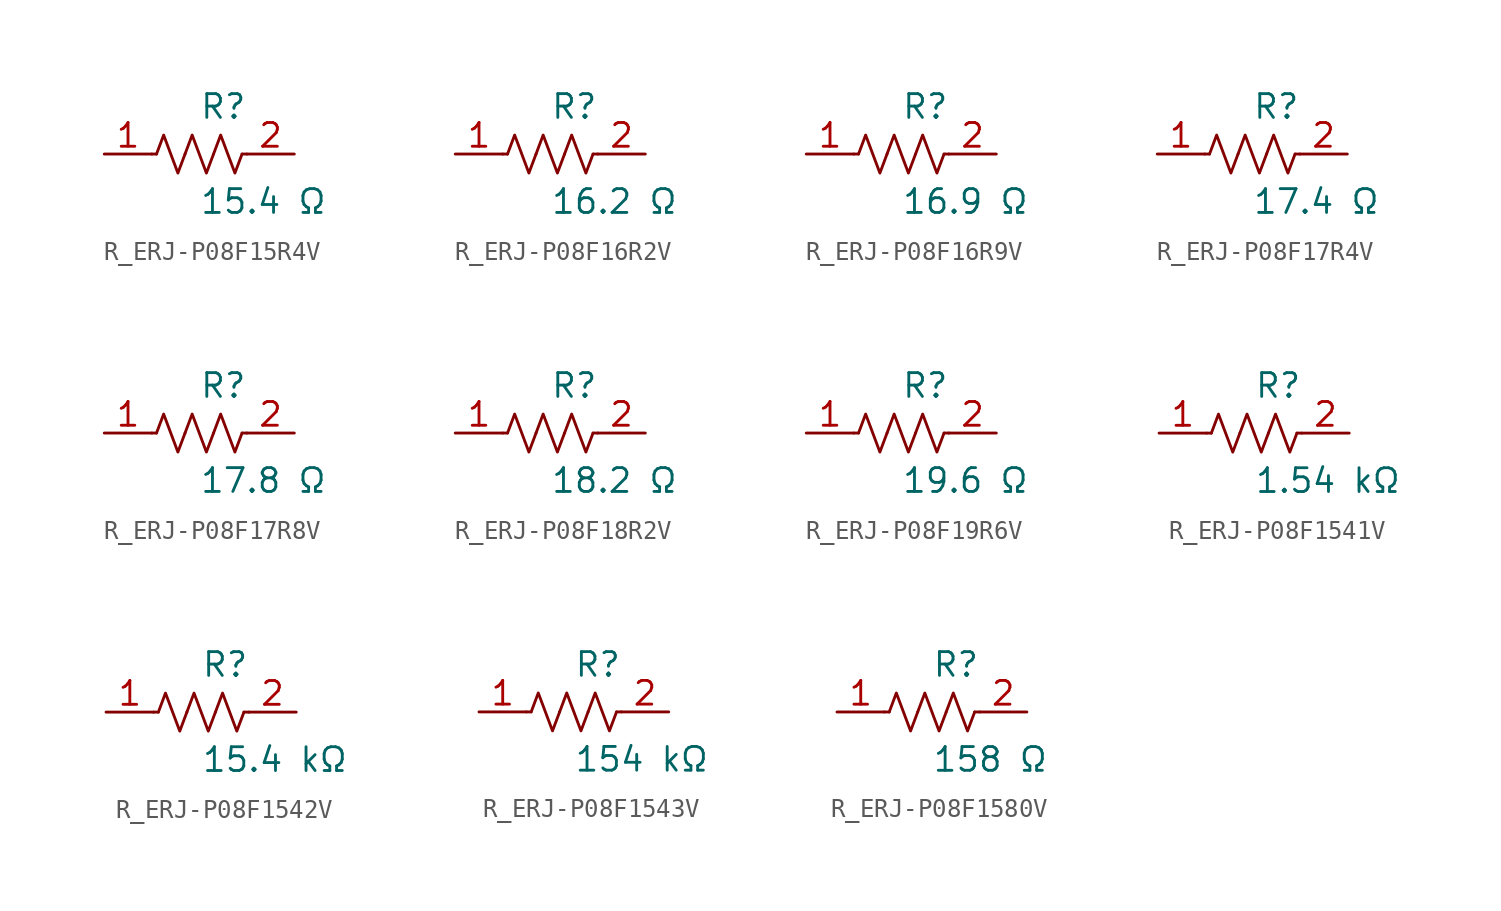
<source format=kicad_sym>
(kicad_symbol_lib
  (version 20231120)
  (generator kicad_symbol_editor)
  (generator_version 8.0)
  (symbol "R_ERJ-P08F15R4V"
    (pin_names
      (offset 0.254))
    (property "Reference" "R"
      (at 0.0 2.54 0)
      (effects (font (size 1.27 1.27)) (justify left)))
    (property "Value" "15.4 Ω"
      (at 0.0 -2.54 0)
      (effects (font (size 1.27 1.27)) (justify left)))
    (symbol "R_ERJ-P08F15R4V_0_1"
      (polyline (pts (xy 2.286 0) (xy 2.54 0)) (stroke (width 0) (type default)) (fill (type none)))
      (polyline (pts (xy -2.286 0) (xy -2.54 0)) (stroke (width 0) (type default)) (fill (type none)))
      (polyline (pts (xy 0.762 0) (xy 1.143 1.016) (xy 1.524 0) (xy 1.905 -1.016) (xy 2.286 0)) (stroke (width 0) (type default)) (fill (type none)))
      (polyline (pts (xy -0.762 0) (xy -0.381 1.016) (xy 0 0) (xy 0.381 -1.016) (xy 0.762 0)) (stroke (width 0) (type default)) (fill (type none)))
      (polyline (pts (xy -2.286 0) (xy -1.905 1.016) (xy -1.524 0) (xy -1.143 -1.016) (xy -0.762 0)) (stroke (width 0) (type default)) (fill (type none))))
    (pin unspecified line
      (at -5.08 0 0)
      (length 2.54)
      (name "" (effects (font (size 1.27 1.27))))
      (number "1" (effects (font (size 1.27 1.27)))))
    (pin unspecified line
      (at 5.08 0 180)
      (length 2.54)
      (name "" (effects (font (size 1.27 1.27))))
      (number "2" (effects (font (size 1.27 1.27))))))
  (symbol "R_ERJ-P08F16R2V"
    (pin_names
      (offset 0.254))
    (property "Reference" "R"
      (at 0.0 2.54 0)
      (effects (font (size 1.27 1.27)) (justify left)))
    (property "Value" "16.2 Ω"
      (at 0.0 -2.54 0)
      (effects (font (size 1.27 1.27)) (justify left)))
    (symbol "R_ERJ-P08F16R2V_0_1"
      (polyline (pts (xy 2.286 0) (xy 2.54 0)) (stroke (width 0) (type default)) (fill (type none)))
      (polyline (pts (xy -2.286 0) (xy -2.54 0)) (stroke (width 0) (type default)) (fill (type none)))
      (polyline (pts (xy 0.762 0) (xy 1.143 1.016) (xy 1.524 0) (xy 1.905 -1.016) (xy 2.286 0)) (stroke (width 0) (type default)) (fill (type none)))
      (polyline (pts (xy -0.762 0) (xy -0.381 1.016) (xy 0 0) (xy 0.381 -1.016) (xy 0.762 0)) (stroke (width 0) (type default)) (fill (type none)))
      (polyline (pts (xy -2.286 0) (xy -1.905 1.016) (xy -1.524 0) (xy -1.143 -1.016) (xy -0.762 0)) (stroke (width 0) (type default)) (fill (type none))))
    (pin unspecified line
      (at -5.08 0 0)
      (length 2.54)
      (name "" (effects (font (size 1.27 1.27))))
      (number "1" (effects (font (size 1.27 1.27)))))
    (pin unspecified line
      (at 5.08 0 180)
      (length 2.54)
      (name "" (effects (font (size 1.27 1.27))))
      (number "2" (effects (font (size 1.27 1.27))))))
  (symbol "R_ERJ-P08F16R9V"
    (pin_names
      (offset 0.254))
    (property "Reference" "R"
      (at 0.0 2.54 0)
      (effects (font (size 1.27 1.27)) (justify left)))
    (property "Value" "16.9 Ω"
      (at 0.0 -2.54 0)
      (effects (font (size 1.27 1.27)) (justify left)))
    (symbol "R_ERJ-P08F16R9V_0_1"
      (polyline (pts (xy 2.286 0) (xy 2.54 0)) (stroke (width 0) (type default)) (fill (type none)))
      (polyline (pts (xy -2.286 0) (xy -2.54 0)) (stroke (width 0) (type default)) (fill (type none)))
      (polyline (pts (xy 0.762 0) (xy 1.143 1.016) (xy 1.524 0) (xy 1.905 -1.016) (xy 2.286 0)) (stroke (width 0) (type default)) (fill (type none)))
      (polyline (pts (xy -0.762 0) (xy -0.381 1.016) (xy 0 0) (xy 0.381 -1.016) (xy 0.762 0)) (stroke (width 0) (type default)) (fill (type none)))
      (polyline (pts (xy -2.286 0) (xy -1.905 1.016) (xy -1.524 0) (xy -1.143 -1.016) (xy -0.762 0)) (stroke (width 0) (type default)) (fill (type none))))
    (pin unspecified line
      (at -5.08 0 0)
      (length 2.54)
      (name "" (effects (font (size 1.27 1.27))))
      (number "1" (effects (font (size 1.27 1.27)))))
    (pin unspecified line
      (at 5.08 0 180)
      (length 2.54)
      (name "" (effects (font (size 1.27 1.27))))
      (number "2" (effects (font (size 1.27 1.27))))))
  (symbol "R_ERJ-P08F17R4V"
    (pin_names
      (offset 0.254))
    (property "Reference" "R"
      (at 0.0 2.54 0)
      (effects (font (size 1.27 1.27)) (justify left)))
    (property "Value" "17.4 Ω"
      (at 0.0 -2.54 0)
      (effects (font (size 1.27 1.27)) (justify left)))
    (symbol "R_ERJ-P08F17R4V_0_1"
      (polyline (pts (xy 2.286 0) (xy 2.54 0)) (stroke (width 0) (type default)) (fill (type none)))
      (polyline (pts (xy -2.286 0) (xy -2.54 0)) (stroke (width 0) (type default)) (fill (type none)))
      (polyline (pts (xy 0.762 0) (xy 1.143 1.016) (xy 1.524 0) (xy 1.905 -1.016) (xy 2.286 0)) (stroke (width 0) (type default)) (fill (type none)))
      (polyline (pts (xy -0.762 0) (xy -0.381 1.016) (xy 0 0) (xy 0.381 -1.016) (xy 0.762 0)) (stroke (width 0) (type default)) (fill (type none)))
      (polyline (pts (xy -2.286 0) (xy -1.905 1.016) (xy -1.524 0) (xy -1.143 -1.016) (xy -0.762 0)) (stroke (width 0) (type default)) (fill (type none))))
    (pin unspecified line
      (at -5.08 0 0)
      (length 2.54)
      (name "" (effects (font (size 1.27 1.27))))
      (number "1" (effects (font (size 1.27 1.27)))))
    (pin unspecified line
      (at 5.08 0 180)
      (length 2.54)
      (name "" (effects (font (size 1.27 1.27))))
      (number "2" (effects (font (size 1.27 1.27))))))
  (symbol "R_ERJ-P08F17R8V"
    (pin_names
      (offset 0.254))
    (property "Reference" "R"
      (at 0.0 2.54 0)
      (effects (font (size 1.27 1.27)) (justify left)))
    (property "Value" "17.8 Ω"
      (at 0.0 -2.54 0)
      (effects (font (size 1.27 1.27)) (justify left)))
    (symbol "R_ERJ-P08F17R8V_0_1"
      (polyline (pts (xy 2.286 0) (xy 2.54 0)) (stroke (width 0) (type default)) (fill (type none)))
      (polyline (pts (xy -2.286 0) (xy -2.54 0)) (stroke (width 0) (type default)) (fill (type none)))
      (polyline (pts (xy 0.762 0) (xy 1.143 1.016) (xy 1.524 0) (xy 1.905 -1.016) (xy 2.286 0)) (stroke (width 0) (type default)) (fill (type none)))
      (polyline (pts (xy -0.762 0) (xy -0.381 1.016) (xy 0 0) (xy 0.381 -1.016) (xy 0.762 0)) (stroke (width 0) (type default)) (fill (type none)))
      (polyline (pts (xy -2.286 0) (xy -1.905 1.016) (xy -1.524 0) (xy -1.143 -1.016) (xy -0.762 0)) (stroke (width 0) (type default)) (fill (type none))))
    (pin unspecified line
      (at -5.08 0 0)
      (length 2.54)
      (name "" (effects (font (size 1.27 1.27))))
      (number "1" (effects (font (size 1.27 1.27)))))
    (pin unspecified line
      (at 5.08 0 180)
      (length 2.54)
      (name "" (effects (font (size 1.27 1.27))))
      (number "2" (effects (font (size 1.27 1.27))))))
  (symbol "R_ERJ-P08F18R2V"
    (pin_names
      (offset 0.254))
    (property "Reference" "R"
      (at 0.0 2.54 0)
      (effects (font (size 1.27 1.27)) (justify left)))
    (property "Value" "18.2 Ω"
      (at 0.0 -2.54 0)
      (effects (font (size 1.27 1.27)) (justify left)))
    (symbol "R_ERJ-P08F18R2V_0_1"
      (polyline (pts (xy 2.286 0) (xy 2.54 0)) (stroke (width 0) (type default)) (fill (type none)))
      (polyline (pts (xy -2.286 0) (xy -2.54 0)) (stroke (width 0) (type default)) (fill (type none)))
      (polyline (pts (xy 0.762 0) (xy 1.143 1.016) (xy 1.524 0) (xy 1.905 -1.016) (xy 2.286 0)) (stroke (width 0) (type default)) (fill (type none)))
      (polyline (pts (xy -0.762 0) (xy -0.381 1.016) (xy 0 0) (xy 0.381 -1.016) (xy 0.762 0)) (stroke (width 0) (type default)) (fill (type none)))
      (polyline (pts (xy -2.286 0) (xy -1.905 1.016) (xy -1.524 0) (xy -1.143 -1.016) (xy -0.762 0)) (stroke (width 0) (type default)) (fill (type none))))
    (pin unspecified line
      (at -5.08 0 0)
      (length 2.54)
      (name "" (effects (font (size 1.27 1.27))))
      (number "1" (effects (font (size 1.27 1.27)))))
    (pin unspecified line
      (at 5.08 0 180)
      (length 2.54)
      (name "" (effects (font (size 1.27 1.27))))
      (number "2" (effects (font (size 1.27 1.27))))))
  (symbol "R_ERJ-P08F19R6V"
    (pin_names
      (offset 0.254))
    (property "Reference" "R"
      (at 0.0 2.54 0)
      (effects (font (size 1.27 1.27)) (justify left)))
    (property "Value" "19.6 Ω"
      (at 0.0 -2.54 0)
      (effects (font (size 1.27 1.27)) (justify left)))
    (symbol "R_ERJ-P08F19R6V_0_1"
      (polyline (pts (xy 2.286 0) (xy 2.54 0)) (stroke (width 0) (type default)) (fill (type none)))
      (polyline (pts (xy -2.286 0) (xy -2.54 0)) (stroke (width 0) (type default)) (fill (type none)))
      (polyline (pts (xy 0.762 0) (xy 1.143 1.016) (xy 1.524 0) (xy 1.905 -1.016) (xy 2.286 0)) (stroke (width 0) (type default)) (fill (type none)))
      (polyline (pts (xy -0.762 0) (xy -0.381 1.016) (xy 0 0) (xy 0.381 -1.016) (xy 0.762 0)) (stroke (width 0) (type default)) (fill (type none)))
      (polyline (pts (xy -2.286 0) (xy -1.905 1.016) (xy -1.524 0) (xy -1.143 -1.016) (xy -0.762 0)) (stroke (width 0) (type default)) (fill (type none))))
    (pin unspecified line
      (at -5.08 0 0)
      (length 2.54)
      (name "" (effects (font (size 1.27 1.27))))
      (number "1" (effects (font (size 1.27 1.27)))))
    (pin unspecified line
      (at 5.08 0 180)
      (length 2.54)
      (name "" (effects (font (size 1.27 1.27))))
      (number "2" (effects (font (size 1.27 1.27))))))
  (symbol "R_ERJ-P08F1541V"
    (pin_names
      (offset 0.254))
    (property "Reference" "R"
      (at 0.0 2.54 0)
      (effects (font (size 1.27 1.27)) (justify left)))
    (property "Value" "1.54 kΩ"
      (at 0.0 -2.54 0)
      (effects (font (size 1.27 1.27)) (justify left)))
    (symbol "R_ERJ-P08F1541V_0_1"
      (polyline (pts (xy 2.286 0) (xy 2.54 0)) (stroke (width 0) (type default)) (fill (type none)))
      (polyline (pts (xy -2.286 0) (xy -2.54 0)) (stroke (width 0) (type default)) (fill (type none)))
      (polyline (pts (xy 0.762 0) (xy 1.143 1.016) (xy 1.524 0) (xy 1.905 -1.016) (xy 2.286 0)) (stroke (width 0) (type default)) (fill (type none)))
      (polyline (pts (xy -0.762 0) (xy -0.381 1.016) (xy 0 0) (xy 0.381 -1.016) (xy 0.762 0)) (stroke (width 0) (type default)) (fill (type none)))
      (polyline (pts (xy -2.286 0) (xy -1.905 1.016) (xy -1.524 0) (xy -1.143 -1.016) (xy -0.762 0)) (stroke (width 0) (type default)) (fill (type none))))
    (pin unspecified line
      (at -5.08 0 0)
      (length 2.54)
      (name "" (effects (font (size 1.27 1.27))))
      (number "1" (effects (font (size 1.27 1.27)))))
    (pin unspecified line
      (at 5.08 0 180)
      (length 2.54)
      (name "" (effects (font (size 1.27 1.27))))
      (number "2" (effects (font (size 1.27 1.27))))))
  (symbol "R_ERJ-P08F1542V"
    (pin_names
      (offset 0.254))
    (property "Reference" "R"
      (at 0.0 2.54 0)
      (effects (font (size 1.27 1.27)) (justify left)))
    (property "Value" "15.4 kΩ"
      (at 0.0 -2.54 0)
      (effects (font (size 1.27 1.27)) (justify left)))
    (symbol "R_ERJ-P08F1542V_0_1"
      (polyline (pts (xy 2.286 0) (xy 2.54 0)) (stroke (width 0) (type default)) (fill (type none)))
      (polyline (pts (xy -2.286 0) (xy -2.54 0)) (stroke (width 0) (type default)) (fill (type none)))
      (polyline (pts (xy 0.762 0) (xy 1.143 1.016) (xy 1.524 0) (xy 1.905 -1.016) (xy 2.286 0)) (stroke (width 0) (type default)) (fill (type none)))
      (polyline (pts (xy -0.762 0) (xy -0.381 1.016) (xy 0 0) (xy 0.381 -1.016) (xy 0.762 0)) (stroke (width 0) (type default)) (fill (type none)))
      (polyline (pts (xy -2.286 0) (xy -1.905 1.016) (xy -1.524 0) (xy -1.143 -1.016) (xy -0.762 0)) (stroke (width 0) (type default)) (fill (type none))))
    (pin unspecified line
      (at -5.08 0 0)
      (length 2.54)
      (name "" (effects (font (size 1.27 1.27))))
      (number "1" (effects (font (size 1.27 1.27)))))
    (pin unspecified line
      (at 5.08 0 180)
      (length 2.54)
      (name "" (effects (font (size 1.27 1.27))))
      (number "2" (effects (font (size 1.27 1.27))))))
  (symbol "R_ERJ-P08F1543V"
    (pin_names
      (offset 0.254))
    (property "Reference" "R"
      (at 0.0 2.54 0)
      (effects (font (size 1.27 1.27)) (justify left)))
    (property "Value" "154 kΩ"
      (at 0.0 -2.54 0)
      (effects (font (size 1.27 1.27)) (justify left)))
    (symbol "R_ERJ-P08F1543V_0_1"
      (polyline (pts (xy 2.286 0) (xy 2.54 0)) (stroke (width 0) (type default)) (fill (type none)))
      (polyline (pts (xy -2.286 0) (xy -2.54 0)) (stroke (width 0) (type default)) (fill (type none)))
      (polyline (pts (xy 0.762 0) (xy 1.143 1.016) (xy 1.524 0) (xy 1.905 -1.016) (xy 2.286 0)) (stroke (width 0) (type default)) (fill (type none)))
      (polyline (pts (xy -0.762 0) (xy -0.381 1.016) (xy 0 0) (xy 0.381 -1.016) (xy 0.762 0)) (stroke (width 0) (type default)) (fill (type none)))
      (polyline (pts (xy -2.286 0) (xy -1.905 1.016) (xy -1.524 0) (xy -1.143 -1.016) (xy -0.762 0)) (stroke (width 0) (type default)) (fill (type none))))
    (pin unspecified line
      (at -5.08 0 0)
      (length 2.54)
      (name "" (effects (font (size 1.27 1.27))))
      (number "1" (effects (font (size 1.27 1.27)))))
    (pin unspecified line
      (at 5.08 0 180)
      (length 2.54)
      (name "" (effects (font (size 1.27 1.27))))
      (number "2" (effects (font (size 1.27 1.27))))))
  (symbol "R_ERJ-P08F1580V"
    (pin_names
      (offset 0.254))
    (property "Reference" "R"
      (at 0.0 2.54 0)
      (effects (font (size 1.27 1.27)) (justify left)))
    (property "Value" "158 Ω"
      (at 0.0 -2.54 0)
      (effects (font (size 1.27 1.27)) (justify left)))
    (symbol "R_ERJ-P08F1580V_0_1"
      (polyline (pts (xy 2.286 0) (xy 2.54 0)) (stroke (width 0) (type default)) (fill (type none)))
      (polyline (pts (xy -2.286 0) (xy -2.54 0)) (stroke (width 0) (type default)) (fill (type none)))
      (polyline (pts (xy 0.762 0) (xy 1.143 1.016) (xy 1.524 0) (xy 1.905 -1.016) (xy 2.286 0)) (stroke (width 0) (type default)) (fill (type none)))
      (polyline (pts (xy -0.762 0) (xy -0.381 1.016) (xy 0 0) (xy 0.381 -1.016) (xy 0.762 0)) (stroke (width 0) (type default)) (fill (type none)))
      (polyline (pts (xy -2.286 0) (xy -1.905 1.016) (xy -1.524 0) (xy -1.143 -1.016) (xy -0.762 0)) (stroke (width 0) (type default)) (fill (type none))))
    (pin unspecified line
      (at -5.08 0 0)
      (length 2.54)
      (name "" (effects (font (size 1.27 1.27))))
      (number "1" (effects (font (size 1.27 1.27)))))
    (pin unspecified line
      (at 5.08 0 180)
      (length 2.54)
      (name "" (effects (font (size 1.27 1.27))))
      (number "2" (effects (font (size 1.27 1.27)))))))
</source>
